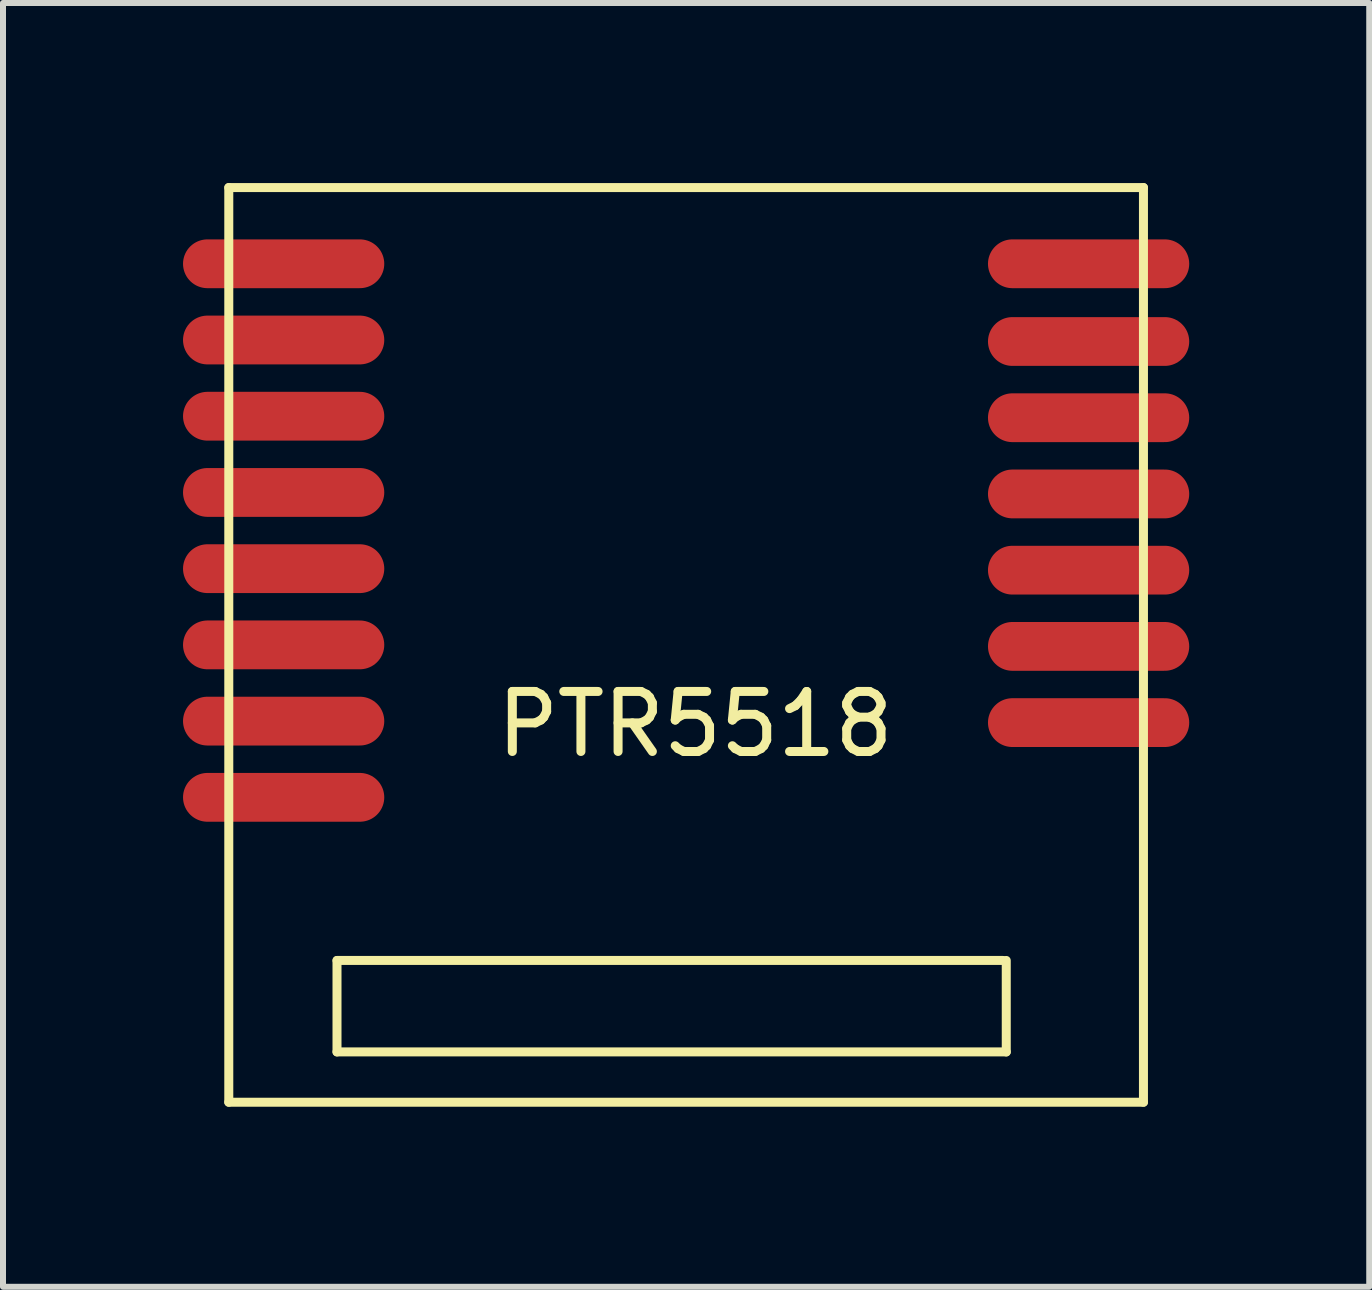
<source format=kicad_pcb>
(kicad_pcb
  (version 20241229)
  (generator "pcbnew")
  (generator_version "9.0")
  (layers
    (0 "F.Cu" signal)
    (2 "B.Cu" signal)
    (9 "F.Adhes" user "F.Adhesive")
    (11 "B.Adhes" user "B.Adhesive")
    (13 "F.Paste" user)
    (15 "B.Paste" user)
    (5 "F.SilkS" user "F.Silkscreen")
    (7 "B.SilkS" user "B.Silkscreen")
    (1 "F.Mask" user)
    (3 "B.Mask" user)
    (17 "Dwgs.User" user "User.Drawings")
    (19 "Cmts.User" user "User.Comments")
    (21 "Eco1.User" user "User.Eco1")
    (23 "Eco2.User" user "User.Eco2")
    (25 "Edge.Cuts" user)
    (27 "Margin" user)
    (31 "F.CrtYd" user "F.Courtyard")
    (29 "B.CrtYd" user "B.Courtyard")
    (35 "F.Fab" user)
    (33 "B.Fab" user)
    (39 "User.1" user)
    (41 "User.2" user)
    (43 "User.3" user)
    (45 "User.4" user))
  (footprint "PTR5518"
    (layer "F.Cu")
    (at 8.382 7.695)
    (property "Reference" "PTR5518" (at 0.152 1.321 0) (layer "F.SilkS") (effects (font (size 1 1) (thickness 0.15))))
    (attr through_hole)
    (fp_line (start -7.62 -7.62) (end 7.62 -7.62) (stroke (width 0.15) (type solid)) (layer "F.SilkS"))
    (fp_line (start -7.62 7.62) (end -7.62 -7.62) (stroke (width 0.15) (type solid)) (layer "F.SilkS"))
    (fp_line (start -5.817 5.258) (end 5.283 5.258) (stroke (width 0.15) (type solid)) (layer "F.SilkS"))
    (fp_line (start -5.817 6.782) (end -5.817 5.258) (stroke (width 0.15) (type solid)) (layer "F.SilkS"))
    (fp_line (start 5.334 5.258) (end 5.334 6.782) (stroke (width 0.15) (type solid)) (layer "F.SilkS"))
    (fp_line (start 5.334 6.782) (end -5.817 6.782) (stroke (width 0.15) (type solid)) (layer "F.SilkS"))
    (fp_line (start 7.62 -7.62) (end 7.62 7.62) (stroke (width 0.15) (type solid)) (layer "F.SilkS"))
    (fp_line (start 7.62 7.62) (end -7.62 7.62) (stroke (width 0.15) (type solid)) (layer "F.SilkS"))
    (pad "1" smd oval (at -6.706 -6.35) (size 3.353 0.813) (layers "F.Cu" "F.Mask" "F.Paste"))
    (pad "2" smd oval (at -6.706 -5.08) (size 3.353 0.813) (layers "F.Cu" "F.Mask" "F.Paste"))
    (pad "3" smd oval (at -6.706 -3.81) (size 3.353 0.813) (layers "F.Cu" "F.Mask" "F.Paste"))
    (pad "4" smd oval (at -6.706 -2.54) (size 3.353 0.813) (layers "F.Cu" "F.Mask" "F.Paste"))
    (pad "5" smd oval (at -6.706 -1.27) (size 3.353 0.813) (layers "F.Cu" "F.Mask" "F.Paste"))
    (pad "6" smd oval (at -6.706 0) (size 3.353 0.813) (layers "F.Cu" "F.Mask" "F.Paste"))
    (pad "7" smd oval (at -6.706 1.27) (size 3.353 0.813) (layers "F.Cu" "F.Mask" "F.Paste"))
    (pad "8" smd oval (at -6.706 2.54) (size 3.353 0.813) (layers "F.Cu" "F.Mask" "F.Paste"))
    (pad "9" smd oval (at 6.706 1.295) (size 3.353 0.813) (layers "F.Cu" "F.Mask" "F.Paste"))
    (pad "10" smd oval (at 6.706 0.025) (size 3.353 0.813) (layers "F.Cu" "F.Mask" "F.Paste"))
    (pad "11" smd oval (at 6.706 -1.245) (size 3.353 0.813) (layers "F.Cu" "F.Mask" "F.Paste"))
    (pad "12" smd oval (at 6.706 -2.515) (size 3.353 0.813) (layers "F.Cu" "F.Mask" "F.Paste"))
    (pad "13" smd oval (at 6.706 -3.785) (size 3.353 0.813) (layers "F.Cu" "F.Mask" "F.Paste"))
    (pad "14" smd oval (at 6.706 -5.055) (size 3.353 0.813) (layers "F.Cu" "F.Mask" "F.Paste"))
    (pad "15" smd oval (at 6.706 -6.35) (size 3.353 0.813) (layers "F.Cu" "F.Mask" "F.Paste")))
  (gr_rect
    (start -3 -3)
    (end 19.764 18.39)
    (stroke (width 0.1) (type default))
    (fill no)
    (layer "Edge.Cuts")))
</source>
